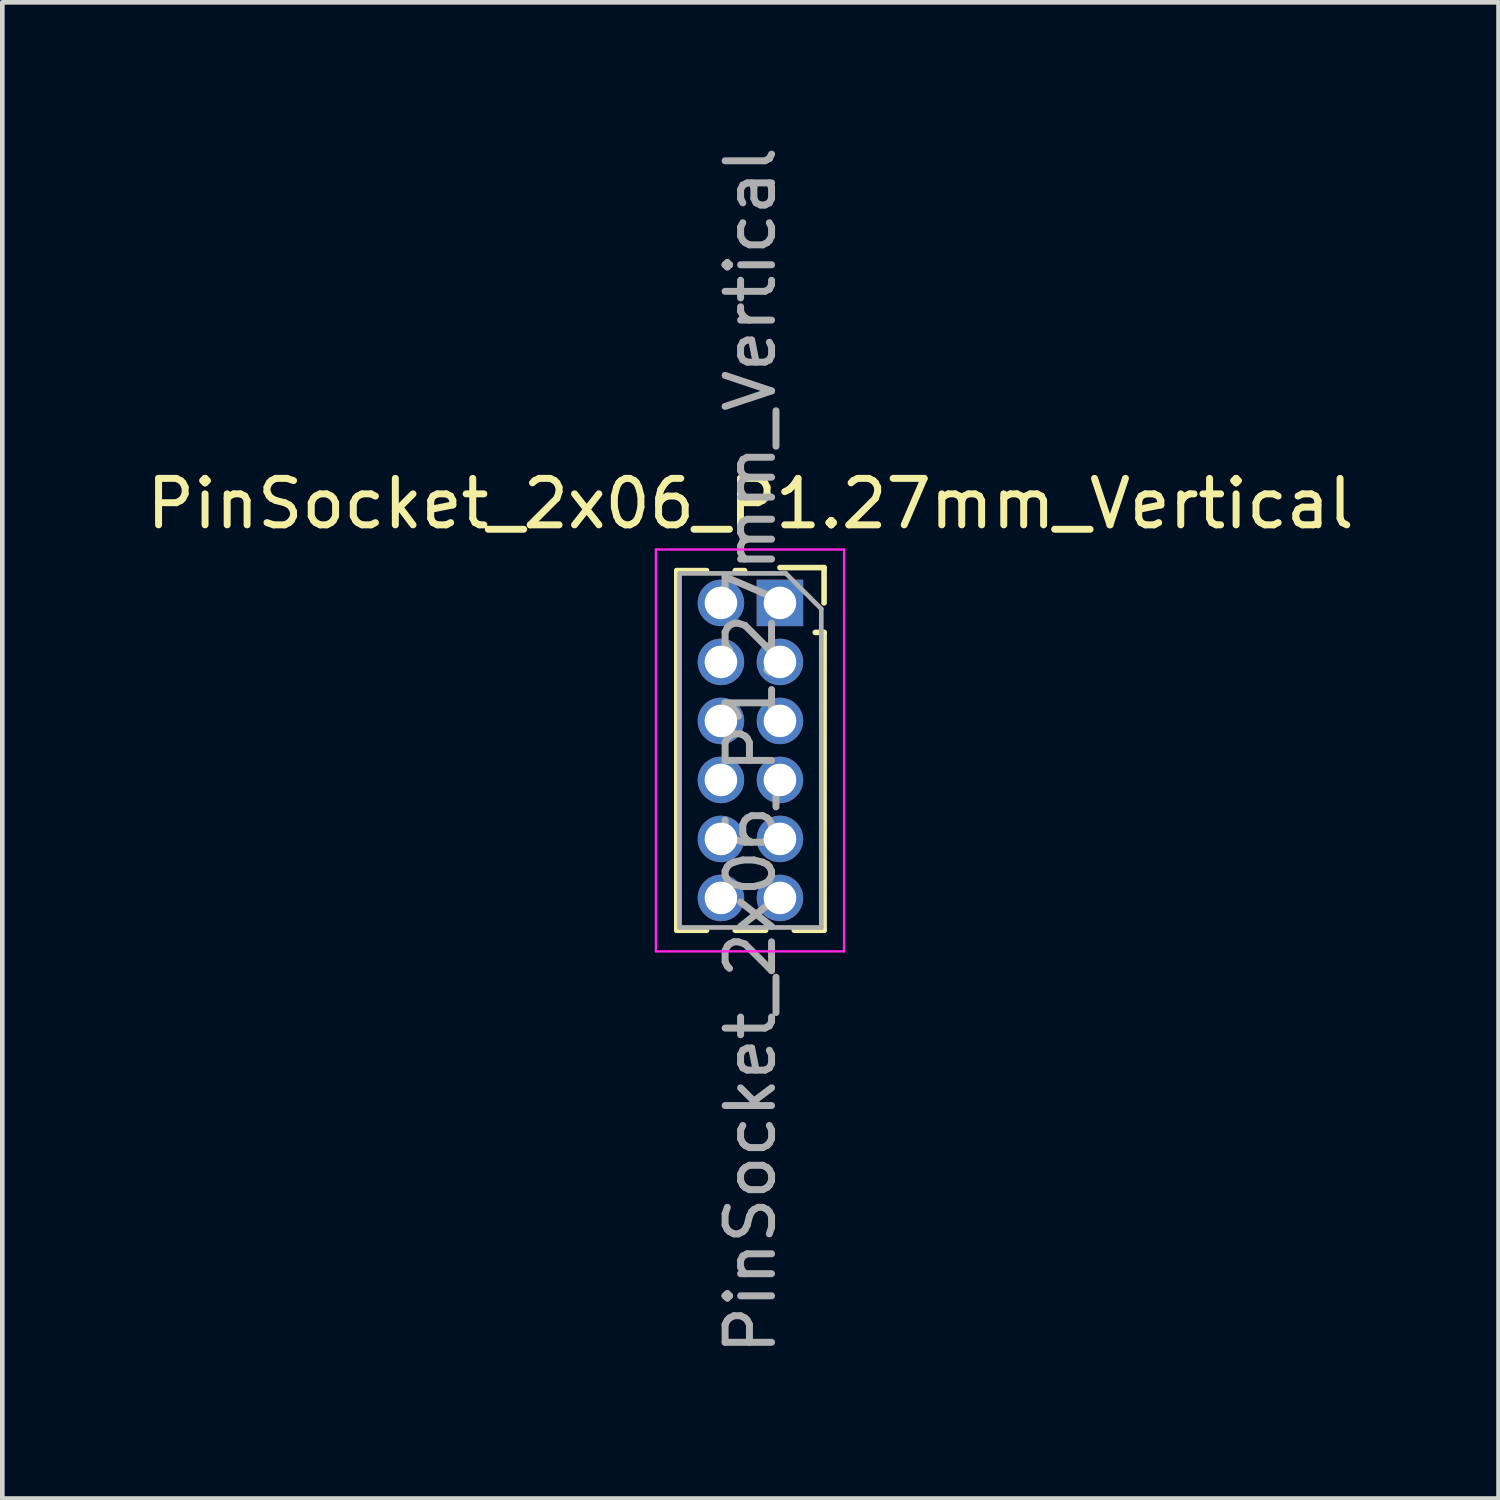
<source format=kicad_pcb>
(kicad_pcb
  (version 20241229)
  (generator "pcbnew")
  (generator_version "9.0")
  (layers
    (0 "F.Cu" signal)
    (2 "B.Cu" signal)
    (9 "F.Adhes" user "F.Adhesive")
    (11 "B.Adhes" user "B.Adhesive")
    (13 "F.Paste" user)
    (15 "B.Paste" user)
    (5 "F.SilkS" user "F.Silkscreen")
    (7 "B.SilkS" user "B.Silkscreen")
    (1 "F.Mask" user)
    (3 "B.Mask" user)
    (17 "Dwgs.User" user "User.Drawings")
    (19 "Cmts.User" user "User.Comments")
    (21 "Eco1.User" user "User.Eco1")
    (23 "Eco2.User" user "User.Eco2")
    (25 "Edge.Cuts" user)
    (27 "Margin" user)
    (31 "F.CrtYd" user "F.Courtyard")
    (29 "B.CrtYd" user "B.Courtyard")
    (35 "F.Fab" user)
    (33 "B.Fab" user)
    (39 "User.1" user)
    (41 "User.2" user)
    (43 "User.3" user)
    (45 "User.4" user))
  (footprint "PinSocket_2x06_P1.27mm_Vertical"
    (layer "F.Cu")
    (at 13.736 9.926)
    (property "Reference" "PinSocket_2x06_P1.27mm_Vertical" (at -0.635 -2.135 0) (layer "F.SilkS") (effects (font (size 1 1) (thickness 0.15))))
    (attr through_hole)
    (fp_line (start -2.22 -0.695) (end -2.22 7.045) (stroke (width 0.12) (type solid)) (layer "F.SilkS"))
    (fp_line (start -2.22 -0.695) (end -1.578 -0.695) (stroke (width 0.12) (type solid)) (layer "F.SilkS"))
    (fp_line (start -2.22 7.045) (end -1.578 7.045) (stroke (width 0.12) (type solid)) (layer "F.SilkS"))
    (fp_line (start -0.962 -0.695) (end -0.76 -0.695) (stroke (width 0.12) (type solid)) (layer "F.SilkS"))
    (fp_line (start -0.962 7.045) (end -0.308 7.045) (stroke (width 0.12) (type solid)) (layer "F.SilkS"))
    (fp_line (start 0 -0.76) (end 0.95 -0.76) (stroke (width 0.12) (type solid)) (layer "F.SilkS"))
    (fp_line (start 0.308 7.045) (end 0.95 7.045) (stroke (width 0.12) (type solid)) (layer "F.SilkS"))
    (fp_line (start 0.76 0.635) (end 0.95 0.635) (stroke (width 0.12) (type solid)) (layer "F.SilkS"))
    (fp_line (start 0.95 -0.76) (end 0.95 0) (stroke (width 0.12) (type solid)) (layer "F.SilkS"))
    (fp_line (start 0.95 0.635) (end 0.95 7.045) (stroke (width 0.12) (type solid)) (layer "F.SilkS"))
    (fp_line (start -2.67 -1.15) (end 1.38 -1.15) (stroke (width 0.05) (type solid)) (layer "F.CrtYd"))
    (fp_line (start -2.67 7.5) (end -2.67 -1.15) (stroke (width 0.05) (type solid)) (layer "F.CrtYd"))
    (fp_line (start 1.38 -1.15) (end 1.38 7.5) (stroke (width 0.05) (type solid)) (layer "F.CrtYd"))
    (fp_line (start 1.38 7.5) (end -2.67 7.5) (stroke (width 0.05) (type solid)) (layer "F.CrtYd"))
    (fp_line (start -2.16 -0.635) (end 0.128 -0.635) (stroke (width 0.1) (type solid)) (layer "F.Fab"))
    (fp_line (start -2.16 6.985) (end -2.16 -0.635) (stroke (width 0.1) (type solid)) (layer "F.Fab"))
    (fp_line (start 0.128 -0.635) (end 0.89 0.128) (stroke (width 0.1) (type solid)) (layer "F.Fab"))
    (fp_line (start 0.89 0.128) (end 0.89 6.985) (stroke (width 0.1) (type solid)) (layer "F.Fab"))
    (fp_line (start 0.89 6.985) (end -2.16 6.985) (stroke (width 0.1) (type solid)) (layer "F.Fab"))
    (fp_text user "${REFERENCE}" (at -0.635 3.175 90) (layer "F.Fab") (effects (font (size 1 1) (thickness 0.15))))
    (pad "1" thru_hole rect (at 0 0) (size 1 1) (drill 0.7) (layers "*.Cu" "*.Mask"))
    (pad "2" thru_hole oval (at -1.27 0) (size 1 1) (drill 0.7) (layers "*.Cu" "*.Mask"))
    (pad "3" thru_hole oval (at 0 1.27) (size 1 1) (drill 0.7) (layers "*.Cu" "*.Mask"))
    (pad "4" thru_hole oval (at -1.27 1.27) (size 1 1) (drill 0.7) (layers "*.Cu" "*.Mask"))
    (pad "5" thru_hole oval (at 0 2.54) (size 1 1) (drill 0.7) (layers "*.Cu" "*.Mask"))
    (pad "6" thru_hole oval (at -1.27 2.54) (size 1 1) (drill 0.7) (layers "*.Cu" "*.Mask"))
    (pad "7" thru_hole oval (at 0 3.81) (size 1 1) (drill 0.7) (layers "*.Cu" "*.Mask"))
    (pad "8" thru_hole oval (at -1.27 3.81) (size 1 1) (drill 0.7) (layers "*.Cu" "*.Mask"))
    (pad "9" thru_hole oval (at 0 5.08) (size 1 1) (drill 0.7) (layers "*.Cu" "*.Mask"))
    (pad "10" thru_hole oval (at -1.27 5.08) (size 1 1) (drill 0.7) (layers "*.Cu" "*.Mask"))
    (pad "11" thru_hole oval (at 0 6.35) (size 1 1) (drill 0.7) (layers "*.Cu" "*.Mask"))
    (pad "12" thru_hole oval (at -1.27 6.35) (size 1 1) (drill 0.7) (layers "*.Cu" "*.Mask")))
  (gr_rect
    (start -3 -3)
    (end 29.202 29.202)
    (stroke (width 0.1) (type default))
    (fill no)
    (layer "Edge.Cuts")))
</source>
